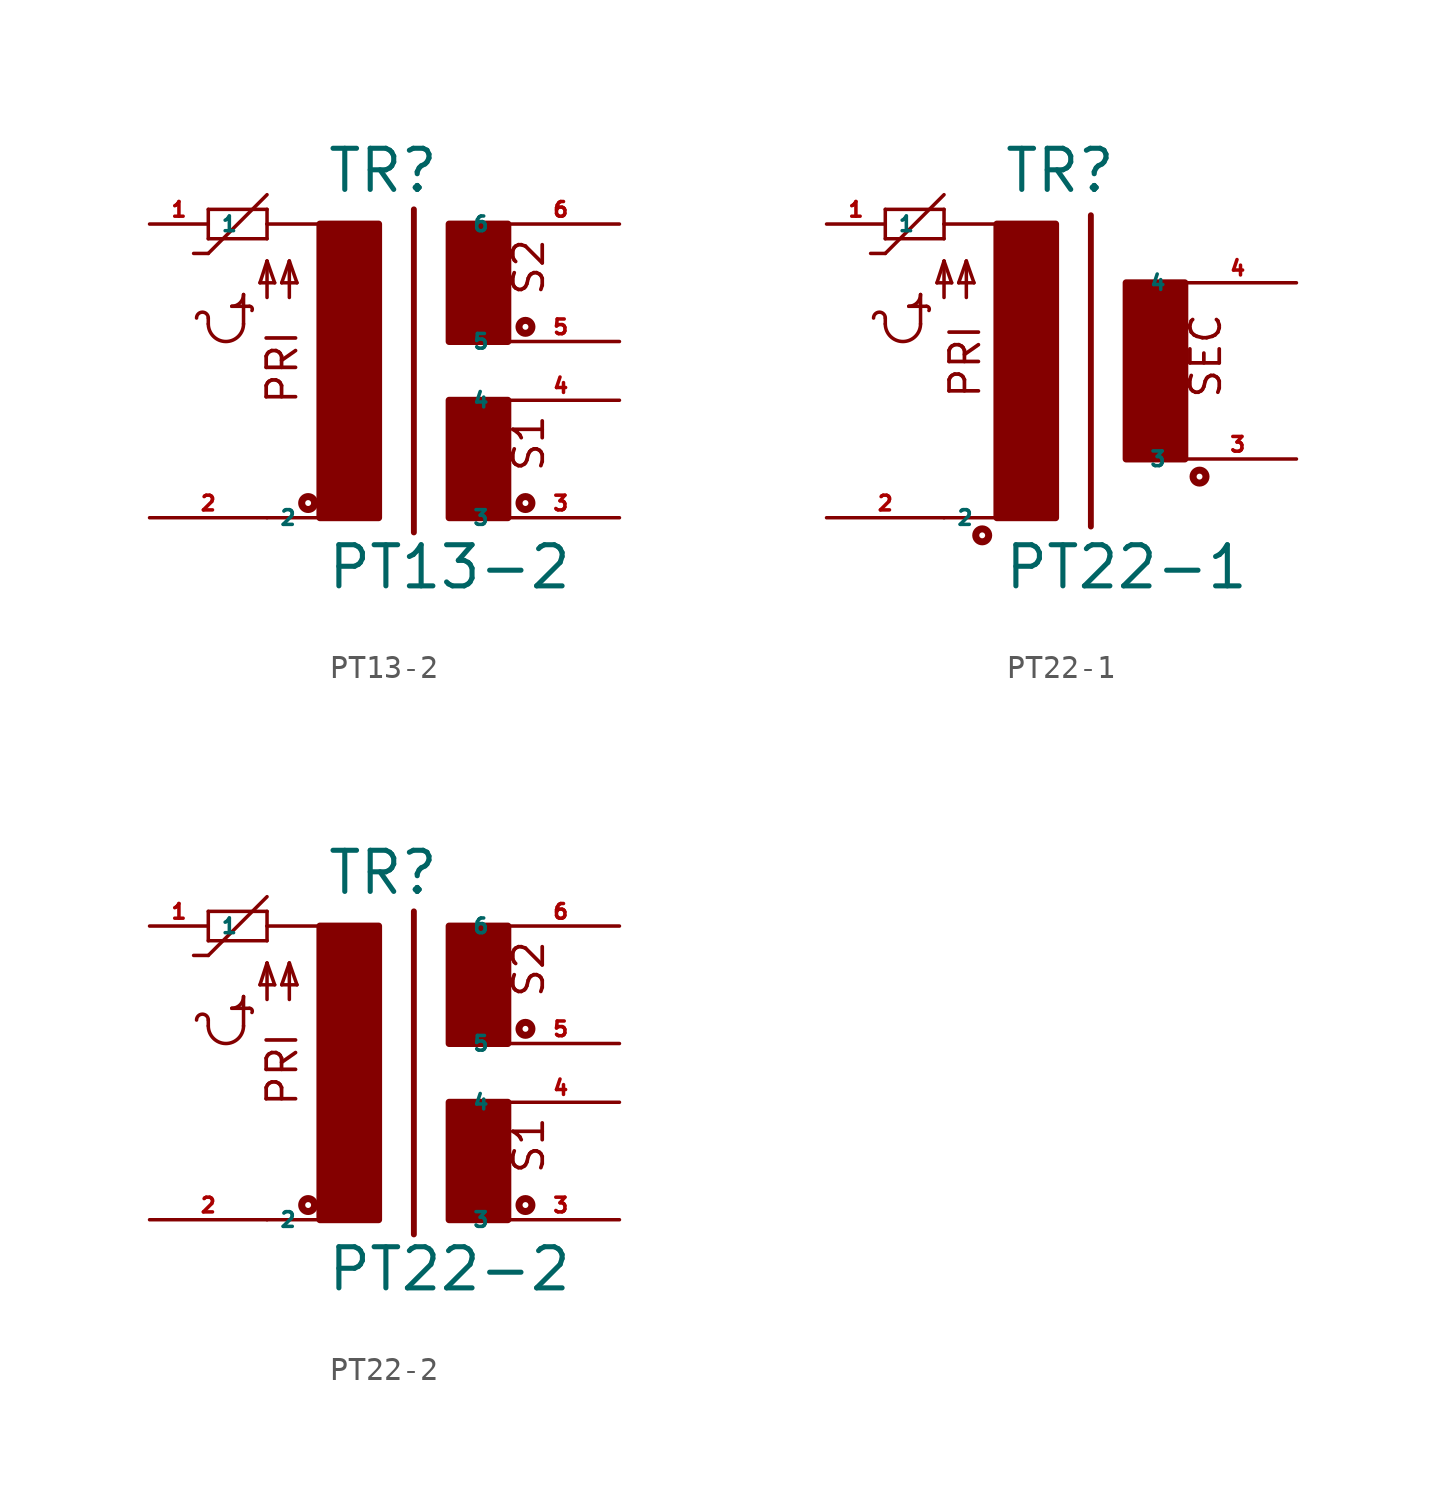
<source format=kicad_sym>
(kicad_symbol_lib
  (version 20220914)
  (generator Eagle2Kicad)
  (symbol "PT13-2"
    (property "Reference" "TR"
      (at -2.54 6.35 0)
      (effects (font (size 1.778 1.778) (thickness 0.22)) (justify left bottom)))
    (property "Value" "PT13-2"
      (at -2.54 -10.795 0)
      (effects (font (size 1.778 1.778) (thickness 0.22)) (justify left bottom)))
    (polyline
      (pts (xy -5.08 5.08) (xy -2.54 5.08))
      (stroke (width 0.152) (type default))
      (fill (type none)))
    (polyline
      (pts (xy 1.27 5.715) (xy 1.27 -8.255))
      (stroke (width 0.254) (type default))
      (fill (type none)))
    (polyline
      (pts (xy -2.54 -7.62) (xy -5.08 -7.62))
      (stroke (width 0.152) (type default))
      (fill (type none)))
    (polyline
      (pts (xy -7.62 5.715) (xy -7.62 4.445))
      (stroke (width 0.152) (type default))
      (fill (type none)))
    (polyline
      (pts (xy -7.62 4.445) (xy -5.08 4.445))
      (stroke (width 0.152) (type default))
      (fill (type none)))
    (polyline
      (pts (xy -5.08 4.445) (xy -5.08 5.08))
      (stroke (width 0.152) (type default))
      (fill (type none)))
    (polyline
      (pts (xy -5.08 5.08) (xy -5.08 5.715))
      (stroke (width 0.152) (type default))
      (fill (type none)))
    (polyline
      (pts (xy -5.08 5.715) (xy -7.62 5.715))
      (stroke (width 0.152) (type default))
      (fill (type none)))
    (polyline
      (pts (xy -8.255 3.81) (xy -7.62 3.81))
      (stroke (width 0.152) (type default))
      (fill (type none)))
    (polyline
      (pts (xy -7.62 3.81) (xy -5.08 6.35))
      (stroke (width 0.152) (type default))
      (fill (type none)))
    (polyline
      (pts (xy -5.08 1.905) (xy -5.08 3.48))
      (stroke (width 0.152) (type default))
      (fill (type none)))
    (polyline
      (pts (xy -4.115 1.905) (xy -4.115 3.48))
      (stroke (width 0.152) (type default))
      (fill (type none)))
    (polyline
      (pts (xy -5.08 3.48) (xy -5.385 2.54))
      (stroke (width 0.152) (type default))
      (fill (type none)))
    (polyline
      (pts (xy -5.385 2.54) (xy -4.75 2.54))
      (stroke (width 0.152) (type default))
      (fill (type none)))
    (polyline
      (pts (xy -4.115 3.48) (xy -4.445 2.54))
      (stroke (width 0.152) (type default))
      (fill (type none)))
    (polyline
      (pts (xy -4.445 2.54) (xy -3.785 2.54))
      (stroke (width 0.152) (type default))
      (fill (type none)))
    (polyline
      (pts (xy -3.785 2.54) (xy -4.115 3.48))
      (stroke (width 0.152) (type default))
      (fill (type none)))
    (polyline
      (pts (xy -4.75 2.54) (xy -5.08 3.48))
      (stroke (width 0.152) (type default))
      (fill (type none)))
    (arc
      (start -7.62 0.762)
      (mid -6.858 0.000)
      (end -6.096 0.762)
      (stroke (width 0.1524) (type default))
      (fill (type none)))
    (arc
      (start -7.62 1.016)
      (mid -7.874 1.270)
      (end -8.128 1.016)
      (stroke (width 0.1524) (type default))
      (fill (type none)))
    (polyline
      (pts (xy -7.62 0.762) (xy -7.62 1.016))
      (stroke (width 0.152) (type default))
      (fill (type none)))
    (polyline
      (pts (xy -6.096 0.762) (xy -6.096 2.032))
      (stroke (width 0.152) (type default))
      (fill (type none)))
    (arc
      (start -6.604 1.524)
      (mid -6.245 1.673)
      (end -6.096 2.032)
      (stroke (width 0.1524) (type default))
      (fill (type none)))
    (arc
      (start -5.7284 1.3402)
      (mid -5.734 1.464)
      (end -5.842 1.524)
      (stroke (width 0.1524) (type default))
      (fill (type none)))
    (polyline
      (pts (xy -6.604 1.524) (xy -5.842 1.524))
      (stroke (width 0.152) (type default))
      (fill (type none)))
    (text "PRI"
      (at -3.683 -2.794 900)
      (effects (font (size 1.27 1.27) (thickness 0.16)) (justify left bottom)))
    (text "S2"
      (at 6.985 1.905 900)
      (effects (font (size 1.27 1.27) (thickness 0.16)) (justify left bottom)))
    (text "S1"
      (at 6.985 -5.715 900)
      (effects (font (size 1.27 1.27) (thickness 0.16)) (justify left bottom)))
    (circle
      (center -3.302 -6.985)
      (radius 0.127)
      (stroke (width 0.305) (type default))
      (fill (type none)))
    (circle
      (center 6.096 -6.985)
      (radius 0.127)
      (stroke (width 0.305) (type default))
      (fill (type none)))
    (circle
      (center 6.096 0.635)
      (radius 0.127)
      (stroke (width 0.305) (type default))
      (fill (type none)))
    (rectangle
      (start -2.794 -7.62)
      (end -0.254 5.08)
      (stroke (width 0.3) (type default))
      (fill (type outline)))
    (rectangle
      (start 2.794 0)
      (end 5.334 5.08)
      (stroke (width 0.3) (type default))
      (fill (type outline)))
    (rectangle
      (start 2.794 -7.62)
      (end 5.334 -2.54)
      (stroke (width 0.3) (type default))
      (fill (type outline)))
    (pin passive line
      (at -10.16 5.08 0)
      (length 2.54)
      (name "1" (effects (font (size 0.635 0.635) (thickness 0.08)) (justify left bottom)))
      (number "1" (effects (font (size 0.635 0.635) (thickness 0.08)) (justify left bottom))))
    (pin passive line
      (at -10.16 -7.62 0)
      (length 5.08)
      (name "2" (effects (font (size 0.635 0.635) (thickness 0.08)) (justify left bottom)))
      (number "2" (effects (font (size 0.635 0.635) (thickness 0.08)) (justify left bottom))))
    (pin passive line
      (at 10.16 -7.62 180)
      (length 5.08)
      (name "3" (effects (font (size 0.635 0.635) (thickness 0.08)) (justify left bottom)))
      (number "3" (effects (font (size 0.635 0.635) (thickness 0.08)) (justify left bottom))))
    (pin passive line
      (at 10.16 -2.54 180)
      (length 5.08)
      (name "4" (effects (font (size 0.635 0.635) (thickness 0.08)) (justify left bottom)))
      (number "4" (effects (font (size 0.635 0.635) (thickness 0.08)) (justify left bottom))))
    (pin passive line
      (at 10.16 0 180)
      (length 5.08)
      (name "5" (effects (font (size 0.635 0.635) (thickness 0.08)) (justify left bottom)))
      (number "5" (effects (font (size 0.635 0.635) (thickness 0.08)) (justify left bottom))))
    (pin passive line
      (at 10.16 5.08 180)
      (length 5.08)
      (name "6" (effects (font (size 0.635 0.635) (thickness 0.08)) (justify left bottom)))
      (number "6" (effects (font (size 0.635 0.635) (thickness 0.08)) (justify left bottom)))))
  (symbol "PT22-1"
    (property "Reference" "TR"
      (at -2.54 6.35 0)
      (effects (font (size 1.778 1.778) (thickness 0.22)) (justify left bottom)))
    (property "Value" "PT22-1"
      (at -2.54 -10.795 0)
      (effects (font (size 1.778 1.778) (thickness 0.22)) (justify left bottom)))
    (polyline
      (pts (xy -5.08 5.08) (xy -2.54 5.08))
      (stroke (width 0.152) (type default))
      (fill (type none)))
    (polyline
      (pts (xy 1.27 5.461) (xy 1.27 -8.001))
      (stroke (width 0.254) (type default))
      (fill (type none)))
    (polyline
      (pts (xy -7.62 5.715) (xy -7.62 4.445))
      (stroke (width 0.152) (type default))
      (fill (type none)))
    (polyline
      (pts (xy -7.62 4.445) (xy -5.08 4.445))
      (stroke (width 0.152) (type default))
      (fill (type none)))
    (polyline
      (pts (xy -5.08 4.445) (xy -5.08 5.08))
      (stroke (width 0.152) (type default))
      (fill (type none)))
    (polyline
      (pts (xy -5.08 5.08) (xy -5.08 5.715))
      (stroke (width 0.152) (type default))
      (fill (type none)))
    (polyline
      (pts (xy -5.08 5.715) (xy -7.62 5.715))
      (stroke (width 0.152) (type default))
      (fill (type none)))
    (polyline
      (pts (xy -8.255 3.81) (xy -7.62 3.81))
      (stroke (width 0.152) (type default))
      (fill (type none)))
    (polyline
      (pts (xy -7.62 3.81) (xy -5.08 6.35))
      (stroke (width 0.152) (type default))
      (fill (type none)))
    (polyline
      (pts (xy -5.08 1.905) (xy -5.08 3.48))
      (stroke (width 0.152) (type default))
      (fill (type none)))
    (polyline
      (pts (xy -4.115 1.905) (xy -4.115 3.48))
      (stroke (width 0.152) (type default))
      (fill (type none)))
    (polyline
      (pts (xy -5.08 3.48) (xy -5.385 2.54))
      (stroke (width 0.152) (type default))
      (fill (type none)))
    (polyline
      (pts (xy -5.385 2.54) (xy -4.75 2.54))
      (stroke (width 0.152) (type default))
      (fill (type none)))
    (polyline
      (pts (xy -4.115 3.48) (xy -4.445 2.54))
      (stroke (width 0.152) (type default))
      (fill (type none)))
    (polyline
      (pts (xy -4.445 2.54) (xy -3.785 2.54))
      (stroke (width 0.152) (type default))
      (fill (type none)))
    (polyline
      (pts (xy -3.785 2.54) (xy -4.115 3.48))
      (stroke (width 0.152) (type default))
      (fill (type none)))
    (polyline
      (pts (xy -4.75 2.54) (xy -5.08 3.48))
      (stroke (width 0.152) (type default))
      (fill (type none)))
    (arc
      (start -7.62 0.762)
      (mid -6.858 0.000)
      (end -6.096 0.762)
      (stroke (width 0.1524) (type default))
      (fill (type none)))
    (arc
      (start -7.62 1.016)
      (mid -7.874 1.270)
      (end -8.128 1.016)
      (stroke (width 0.1524) (type default))
      (fill (type none)))
    (polyline
      (pts (xy -7.62 0.762) (xy -7.62 1.016))
      (stroke (width 0.152) (type default))
      (fill (type none)))
    (polyline
      (pts (xy -6.096 0.762) (xy -6.096 2.032))
      (stroke (width 0.152) (type default))
      (fill (type none)))
    (arc
      (start -6.604 1.524)
      (mid -6.245 1.673)
      (end -6.096 2.032)
      (stroke (width 0.1524) (type default))
      (fill (type none)))
    (arc
      (start -5.7284 1.3402)
      (mid -5.734 1.464)
      (end -5.842 1.524)
      (stroke (width 0.1524) (type default))
      (fill (type none)))
    (polyline
      (pts (xy -6.604 1.524) (xy -5.842 1.524))
      (stroke (width 0.152) (type default))
      (fill (type none)))
    (polyline
      (pts (xy -5.08 -7.62) (xy -2.54 -7.62))
      (stroke (width 0.152) (type default))
      (fill (type none)))
    (text "PRI"
      (at -3.429 -2.54 900)
      (effects (font (size 1.27 1.27) (thickness 0.16)) (justify left bottom)))
    (text "SEC"
      (at 6.985 -2.54 900)
      (effects (font (size 1.27 1.27) (thickness 0.16)) (justify left bottom)))
    (circle
      (center -3.429 -8.382)
      (radius 0.127)
      (stroke (width 0.305) (type default))
      (fill (type none)))
    (circle
      (center 5.969 -5.842)
      (radius 0.127)
      (stroke (width 0.305) (type default))
      (fill (type none)))
    (rectangle
      (start -2.794 -7.62)
      (end -0.254 5.08)
      (stroke (width 0.3) (type default))
      (fill (type outline)))
    (rectangle
      (start 2.794 -5.08)
      (end 5.334 2.54)
      (stroke (width 0.3) (type default))
      (fill (type outline)))
    (pin passive line
      (at -10.16 5.08 0)
      (length 2.54)
      (name "1" (effects (font (size 0.635 0.635) (thickness 0.08)) (justify left bottom)))
      (number "1" (effects (font (size 0.635 0.635) (thickness 0.08)) (justify left bottom))))
    (pin passive line
      (at -10.16 -7.62 0)
      (length 5.08)
      (name "2" (effects (font (size 0.635 0.635) (thickness 0.08)) (justify left bottom)))
      (number "2" (effects (font (size 0.635 0.635) (thickness 0.08)) (justify left bottom))))
    (pin passive line
      (at 10.16 -5.08 180)
      (length 5.08)
      (name "3" (effects (font (size 0.635 0.635) (thickness 0.08)) (justify left bottom)))
      (number "3" (effects (font (size 0.635 0.635) (thickness 0.08)) (justify left bottom))))
    (pin passive line
      (at 10.16 2.54 180)
      (length 5.08)
      (name "4" (effects (font (size 0.635 0.635) (thickness 0.08)) (justify left bottom)))
      (number "4" (effects (font (size 0.635 0.635) (thickness 0.08)) (justify left bottom)))))
  (symbol "PT22-2"
    (property "Reference" "TR"
      (at -2.54 6.35 0)
      (effects (font (size 1.778 1.778) (thickness 0.22)) (justify left bottom)))
    (property "Value" "PT22-2"
      (at -2.54 -10.795 0)
      (effects (font (size 1.778 1.778) (thickness 0.22)) (justify left bottom)))
    (polyline
      (pts (xy -5.08 5.08) (xy -2.54 5.08))
      (stroke (width 0.152) (type default))
      (fill (type none)))
    (polyline
      (pts (xy 1.27 5.715) (xy 1.27 -8.255))
      (stroke (width 0.254) (type default))
      (fill (type none)))
    (polyline
      (pts (xy -2.54 -7.62) (xy -5.08 -7.62))
      (stroke (width 0.152) (type default))
      (fill (type none)))
    (polyline
      (pts (xy -7.62 5.715) (xy -7.62 4.445))
      (stroke (width 0.152) (type default))
      (fill (type none)))
    (polyline
      (pts (xy -7.62 4.445) (xy -5.08 4.445))
      (stroke (width 0.152) (type default))
      (fill (type none)))
    (polyline
      (pts (xy -5.08 4.445) (xy -5.08 5.08))
      (stroke (width 0.152) (type default))
      (fill (type none)))
    (polyline
      (pts (xy -5.08 5.08) (xy -5.08 5.715))
      (stroke (width 0.152) (type default))
      (fill (type none)))
    (polyline
      (pts (xy -5.08 5.715) (xy -7.62 5.715))
      (stroke (width 0.152) (type default))
      (fill (type none)))
    (polyline
      (pts (xy -8.255 3.81) (xy -7.62 3.81))
      (stroke (width 0.152) (type default))
      (fill (type none)))
    (polyline
      (pts (xy -7.62 3.81) (xy -5.08 6.35))
      (stroke (width 0.152) (type default))
      (fill (type none)))
    (polyline
      (pts (xy -5.08 1.905) (xy -5.08 3.48))
      (stroke (width 0.152) (type default))
      (fill (type none)))
    (polyline
      (pts (xy -4.115 1.905) (xy -4.115 3.48))
      (stroke (width 0.152) (type default))
      (fill (type none)))
    (polyline
      (pts (xy -5.08 3.48) (xy -5.385 2.54))
      (stroke (width 0.152) (type default))
      (fill (type none)))
    (polyline
      (pts (xy -5.385 2.54) (xy -4.75 2.54))
      (stroke (width 0.152) (type default))
      (fill (type none)))
    (polyline
      (pts (xy -4.115 3.48) (xy -4.445 2.54))
      (stroke (width 0.152) (type default))
      (fill (type none)))
    (polyline
      (pts (xy -4.445 2.54) (xy -3.785 2.54))
      (stroke (width 0.152) (type default))
      (fill (type none)))
    (polyline
      (pts (xy -3.785 2.54) (xy -4.115 3.48))
      (stroke (width 0.152) (type default))
      (fill (type none)))
    (polyline
      (pts (xy -4.75 2.54) (xy -5.08 3.48))
      (stroke (width 0.152) (type default))
      (fill (type none)))
    (arc
      (start -7.62 0.762)
      (mid -6.858 0.000)
      (end -6.096 0.762)
      (stroke (width 0.1524) (type default))
      (fill (type none)))
    (arc
      (start -7.62 1.016)
      (mid -7.874 1.270)
      (end -8.128 1.016)
      (stroke (width 0.1524) (type default))
      (fill (type none)))
    (polyline
      (pts (xy -7.62 0.762) (xy -7.62 1.016))
      (stroke (width 0.152) (type default))
      (fill (type none)))
    (polyline
      (pts (xy -6.096 0.762) (xy -6.096 2.032))
      (stroke (width 0.152) (type default))
      (fill (type none)))
    (arc
      (start -6.604 1.524)
      (mid -6.245 1.673)
      (end -6.096 2.032)
      (stroke (width 0.1524) (type default))
      (fill (type none)))
    (arc
      (start -5.7284 1.3402)
      (mid -5.734 1.464)
      (end -5.842 1.524)
      (stroke (width 0.1524) (type default))
      (fill (type none)))
    (polyline
      (pts (xy -6.604 1.524) (xy -5.842 1.524))
      (stroke (width 0.152) (type default))
      (fill (type none)))
    (text "PRI"
      (at -3.683 -2.794 900)
      (effects (font (size 1.27 1.27) (thickness 0.16)) (justify left bottom)))
    (text "S2"
      (at 6.985 1.905 900)
      (effects (font (size 1.27 1.27) (thickness 0.16)) (justify left bottom)))
    (text "S1"
      (at 6.985 -5.715 900)
      (effects (font (size 1.27 1.27) (thickness 0.16)) (justify left bottom)))
    (circle
      (center -3.302 -6.985)
      (radius 0.127)
      (stroke (width 0.305) (type default))
      (fill (type none)))
    (circle
      (center 6.096 -6.985)
      (radius 0.127)
      (stroke (width 0.305) (type default))
      (fill (type none)))
    (circle
      (center 6.096 0.635)
      (radius 0.127)
      (stroke (width 0.305) (type default))
      (fill (type none)))
    (rectangle
      (start -2.794 -7.62)
      (end -0.254 5.08)
      (stroke (width 0.3) (type default))
      (fill (type outline)))
    (rectangle
      (start 2.794 0)
      (end 5.334 5.08)
      (stroke (width 0.3) (type default))
      (fill (type outline)))
    (rectangle
      (start 2.794 -7.62)
      (end 5.334 -2.54)
      (stroke (width 0.3) (type default))
      (fill (type outline)))
    (pin passive line
      (at -10.16 5.08 0)
      (length 2.54)
      (name "1" (effects (font (size 0.635 0.635) (thickness 0.08)) (justify left bottom)))
      (number "1" (effects (font (size 0.635 0.635) (thickness 0.08)) (justify left bottom))))
    (pin passive line
      (at -10.16 -7.62 0)
      (length 5.08)
      (name "2" (effects (font (size 0.635 0.635) (thickness 0.08)) (justify left bottom)))
      (number "2" (effects (font (size 0.635 0.635) (thickness 0.08)) (justify left bottom))))
    (pin passive line
      (at 10.16 -7.62 180)
      (length 5.08)
      (name "3" (effects (font (size 0.635 0.635) (thickness 0.08)) (justify left bottom)))
      (number "3" (effects (font (size 0.635 0.635) (thickness 0.08)) (justify left bottom))))
    (pin passive line
      (at 10.16 -2.54 180)
      (length 5.08)
      (name "4" (effects (font (size 0.635 0.635) (thickness 0.08)) (justify left bottom)))
      (number "4" (effects (font (size 0.635 0.635) (thickness 0.08)) (justify left bottom))))
    (pin passive line
      (at 10.16 0 180)
      (length 5.08)
      (name "5" (effects (font (size 0.635 0.635) (thickness 0.08)) (justify left bottom)))
      (number "5" (effects (font (size 0.635 0.635) (thickness 0.08)) (justify left bottom))))
    (pin passive line
      (at 10.16 5.08 180)
      (length 5.08)
      (name "6" (effects (font (size 0.635 0.635) (thickness 0.08)) (justify left bottom)))
      (number "6" (effects (font (size 0.635 0.635) (thickness 0.08)) (justify left bottom))))))
</source>
